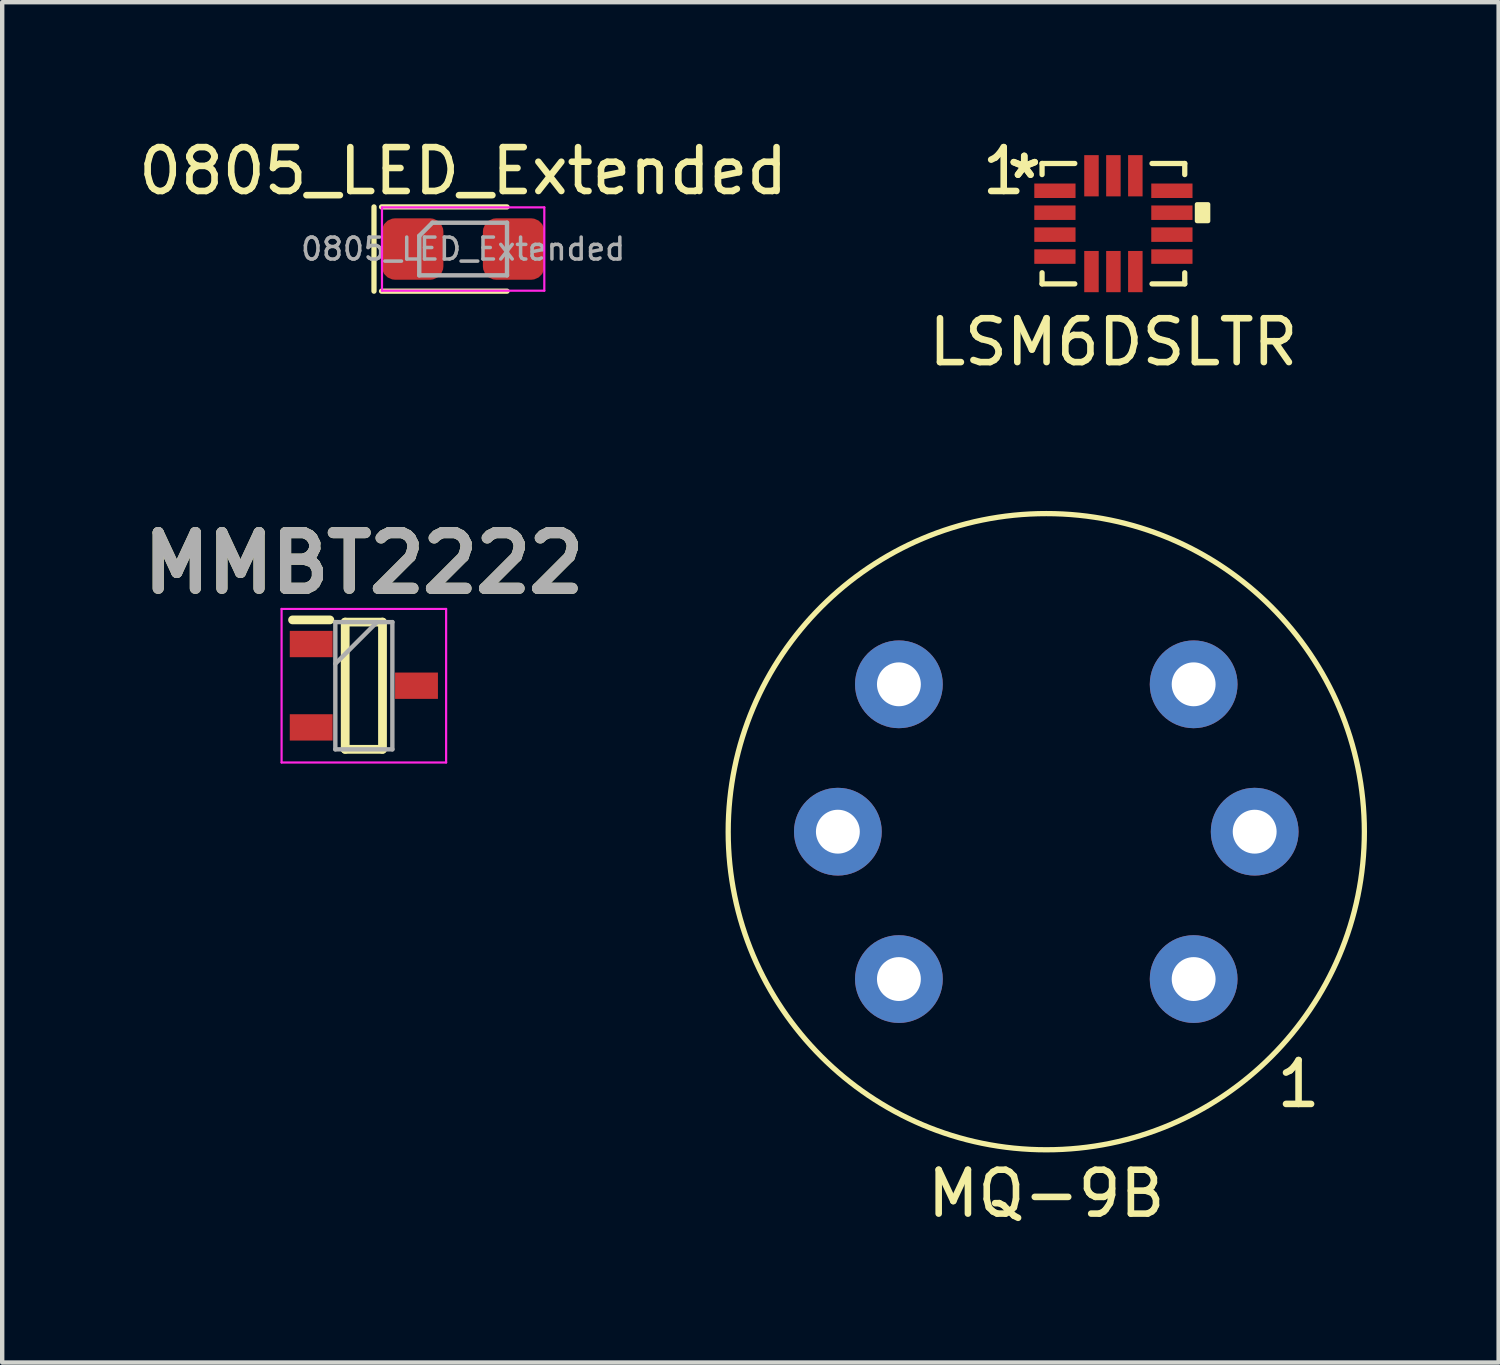
<source format=kicad_pcb>
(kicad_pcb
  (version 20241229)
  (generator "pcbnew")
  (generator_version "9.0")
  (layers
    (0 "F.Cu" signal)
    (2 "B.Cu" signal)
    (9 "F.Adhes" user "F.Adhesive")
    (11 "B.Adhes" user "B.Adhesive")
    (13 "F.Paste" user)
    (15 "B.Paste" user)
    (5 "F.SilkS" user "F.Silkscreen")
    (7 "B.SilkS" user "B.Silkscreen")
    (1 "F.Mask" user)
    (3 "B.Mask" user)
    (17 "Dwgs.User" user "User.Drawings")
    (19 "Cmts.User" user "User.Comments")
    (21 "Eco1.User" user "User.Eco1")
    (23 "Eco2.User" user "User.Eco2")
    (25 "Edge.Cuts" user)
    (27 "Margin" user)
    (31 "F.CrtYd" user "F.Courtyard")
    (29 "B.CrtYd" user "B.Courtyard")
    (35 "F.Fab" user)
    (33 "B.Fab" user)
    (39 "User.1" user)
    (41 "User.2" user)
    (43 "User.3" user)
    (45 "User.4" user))
  (footprint "MQ-9B"
    (layer "F.Cu")
    (at 20.797 15.906)
    (property "Reference" "MQ-9B" (at 0 8.25 0) (layer "F.SilkS") (effects (font (size 1 1) (thickness 0.15))))
    (attr through_hole)
    (fp_circle (center 0 0) (end 7.25 0) (stroke (width 0.12) (type solid)) (fill no) (layer "F.SilkS"))
    (fp_text user "1" (at 5.75 5.75 0) (layer "F.SilkS") (effects (font (size 1 1) (thickness 0.15))))
    (pad "1" thru_hole circle (at 3.359 3.359) (size 2 2) (drill 1) (layers "*.Cu" "*.Mask"))
    (pad "2" thru_hole circle (at 4.75 0) (size 2 2) (drill 1) (layers "*.Cu" "*.Mask"))
    (pad "3" thru_hole circle (at -3.359 3.359) (size 2 2) (drill 1) (layers "*.Cu" "*.Mask"))
    (pad "4" thru_hole circle (at -3.359 -3.359) (size 2 2) (drill 1) (layers "*.Cu" "*.Mask"))
    (pad "5" thru_hole circle (at -4.75 0) (size 2 2) (drill 1) (layers "*.Cu" "*.Mask"))
    (pad "6" thru_hole circle (at 3.359 -3.359) (size 2 2) (drill 1) (layers "*.Cu" "*.Mask")))
  (footprint "LSM6DSLTR"
    (layer "F.Cu")
    (at 22.327 2.048)
    (property "Reference" "LSM6DSLTR" (at 0 2.7 0) (layer "F.SilkS") (effects (font (size 1 1) (thickness 0.15))))
    (attr through_hole)
    (fp_line (start -1.626 -1.372) (end -1.626 -1.119) (stroke (width 0.12) (type solid)) (layer "F.SilkS"))
    (fp_line (start -1.626 1.119) (end -1.626 1.372) (stroke (width 0.12) (type solid)) (layer "F.SilkS"))
    (fp_line (start -1.626 1.372) (end -0.88 1.372) (stroke (width 0.12) (type solid)) (layer "F.SilkS"))
    (fp_line (start -0.88 -1.372) (end -1.626 -1.372) (stroke (width 0.12) (type solid)) (layer "F.SilkS"))
    (fp_line (start 0.88 1.372) (end 1.626 1.372) (stroke (width 0.12) (type solid)) (layer "F.SilkS"))
    (fp_line (start 1.626 -1.372) (end 0.88 -1.372) (stroke (width 0.12) (type solid)) (layer "F.SilkS"))
    (fp_line (start 1.626 -1.119) (end 1.626 -1.372) (stroke (width 0.12) (type solid)) (layer "F.SilkS"))
    (fp_line (start 1.626 1.372) (end 1.626 1.119) (stroke (width 0.12) (type solid)) (layer "F.SilkS"))
    (fp_poly (pts (xy 2.159 -0.441) (xy 2.159 -0.06) (xy 1.905 -0.06) (xy 1.905 -0.441)) (stroke (width 0.1) (type solid)) (fill yes) (layer "F.SilkS"))
    (fp_text user "1" (at -2.5 -1.2 0) (layer "F.SilkS") (effects (font (size 1 1) (thickness 0.15))))
    (fp_text user "*" (at -2.032 -1 0) (layer "F.SilkS") (effects (font (size 1 1) (thickness 0.15))))
    (fp_text user "*" (at -2.032 -1 0) (layer "F.SilkS") (effects (font (size 1 1) (thickness 0.15))))
    (pad "1" smd rect (at -1.333 -0.75 90) (size 0.33 0.94) (layers "F.Cu" "F.Mask" "F.Paste"))
    (pad "2" smd rect (at -1.333 -0.25 90) (size 0.33 0.94) (layers "F.Cu" "F.Mask" "F.Paste"))
    (pad "3" smd rect (at -1.333 0.25 90) (size 0.33 0.94) (layers "F.Cu" "F.Mask" "F.Paste"))
    (pad "4" smd rect (at -1.333 0.75 90) (size 0.33 0.94) (layers "F.Cu" "F.Mask" "F.Paste"))
    (pad "5" smd rect (at -0.5 1.092) (size 0.33 0.94) (layers "F.Cu" "F.Mask" "F.Paste"))
    (pad "6" smd rect (at 0 1.092) (size 0.33 0.94) (layers "F.Cu" "F.Mask" "F.Paste"))
    (pad "7" smd rect (at 0.5 1.092) (size 0.33 0.94) (layers "F.Cu" "F.Mask" "F.Paste"))
    (pad "8" smd rect (at 1.333 0.75 90) (size 0.33 0.94) (layers "F.Cu" "F.Mask" "F.Paste"))
    (pad "9" smd rect (at 1.333 0.25 90) (size 0.33 0.94) (layers "F.Cu" "F.Mask" "F.Paste"))
    (pad "10" smd rect (at 1.333 -0.25 90) (size 0.33 0.94) (layers "F.Cu" "F.Mask" "F.Paste"))
    (pad "11" smd rect (at 1.333 -0.75 90) (size 0.33 0.94) (layers "F.Cu" "F.Mask" "F.Paste"))
    (pad "12" smd rect (at 0.5 -1.092) (size 0.33 0.94) (layers "F.Cu" "F.Mask" "F.Paste"))
    (pad "13" smd rect (at 0 -1.092) (size 0.33 0.94) (layers "F.Cu" "F.Mask" "F.Paste"))
    (pad "14" smd rect (at -0.5 -1.092) (size 0.33 0.94) (layers "F.Cu" "F.Mask" "F.Paste")))
  (footprint "0805_LED_Extended"
    (layer "F.Cu")
    (at 7.506 2.499)
    (property "Reference" "0805_LED_Extended" (at 0 -1.651 0) (layer "F.SilkS") (effects (font (size 1 1) (thickness 0.15))))
    (attr through_hole)
    (fp_line (start -2.032 -0.833) (end -2.032 1.087) (stroke (width 0.12) (type solid)) (layer "F.SilkS"))
    (fp_line (start -1.86 1.087) (end 1 1.087) (stroke (width 0.12) (type solid)) (layer "F.SilkS"))
    (fp_line (start 1 -0.833) (end -1.86 -0.833) (stroke (width 0.12) (type solid)) (layer "F.SilkS"))
    (fp_line (start -1.85 -0.823) (end 1.85 -0.823) (stroke (width 0.05) (type solid)) (layer "F.CrtYd"))
    (fp_line (start -1.85 1.077) (end -1.85 -0.823) (stroke (width 0.05) (type solid)) (layer "F.CrtYd"))
    (fp_line (start 1.85 -0.823) (end 1.85 1.077) (stroke (width 0.05) (type solid)) (layer "F.CrtYd"))
    (fp_line (start 1.85 1.077) (end -1.85 1.077) (stroke (width 0.05) (type solid)) (layer "F.CrtYd"))
    (fp_line (start -1 -0.173) (end -1 0.727) (stroke (width 0.1) (type solid)) (layer "F.Fab"))
    (fp_line (start -1 0.727) (end 1 0.727) (stroke (width 0.1) (type solid)) (layer "F.Fab"))
    (fp_line (start -0.7 -0.473) (end -1 -0.173) (stroke (width 0.1) (type solid)) (layer "F.Fab"))
    (fp_line (start 1 -0.473) (end -0.7 -0.473) (stroke (width 0.1) (type solid)) (layer "F.Fab"))
    (fp_line (start 1 0.727) (end 1 -0.473) (stroke (width 0.1) (type solid)) (layer "F.Fab"))
    (fp_text user "${REFERENCE}" (at 0 0.127 0) (layer "F.Fab") (effects (font (size 0.5 0.5) (thickness 0.08))))
    (pad "1" smd roundrect (at -1.152 0.127) (size 1.404 1.4) (layers "F.Cu" "F.Mask" "F.Paste") (roundrect_rratio 0.217))
    (pad "2" smd roundrect (at 1.152 0.127) (size 1.404 1.4) (layers "F.Cu" "F.Mask" "F.Paste") (roundrect_rratio 0.217)))
  (footprint "MMBT2222"
    (layer "F.Cu")
    (at 5.243 12.579)
    (property "Reference" "MMBT2222" (at 0 -2.794 0) (layer "F.SilkS") (effects (font (size 1.27 1.27) (thickness 0.254))))
    (attr smd)
    (fp_line (start -1.625 -1.5) (end -0.775 -1.5) (stroke (width 0.2) (type solid)) (layer "F.SilkS"))
    (fp_line (start -0.425 -1.45) (end 0.425 -1.45) (stroke (width 0.2) (type solid)) (layer "F.SilkS"))
    (fp_line (start -0.425 1.45) (end -0.425 -1.45) (stroke (width 0.2) (type solid)) (layer "F.SilkS"))
    (fp_line (start 0.425 -1.45) (end 0.425 1.45) (stroke (width 0.2) (type solid)) (layer "F.SilkS"))
    (fp_line (start 0.425 1.45) (end -0.425 1.45) (stroke (width 0.2) (type solid)) (layer "F.SilkS"))
    (fp_line (start -1.875 -1.75) (end 1.875 -1.75) (stroke (width 0.05) (type solid)) (layer "F.CrtYd"))
    (fp_line (start -1.875 1.75) (end -1.875 -1.75) (stroke (width 0.05) (type solid)) (layer "F.CrtYd"))
    (fp_line (start 1.875 -1.75) (end 1.875 1.75) (stroke (width 0.05) (type solid)) (layer "F.CrtYd"))
    (fp_line (start 1.875 1.75) (end -1.875 1.75) (stroke (width 0.05) (type solid)) (layer "F.CrtYd"))
    (fp_line (start -0.65 -1.45) (end 0.65 -1.45) (stroke (width 0.1) (type solid)) (layer "F.Fab"))
    (fp_line (start -0.65 -0.5) (end 0.3 -1.45) (stroke (width 0.1) (type solid)) (layer "F.Fab"))
    (fp_line (start -0.65 1.45) (end -0.65 -1.45) (stroke (width 0.1) (type solid)) (layer "F.Fab"))
    (fp_line (start 0.65 -1.45) (end 0.65 1.45) (stroke (width 0.1) (type solid)) (layer "F.Fab"))
    (fp_line (start 0.65 1.45) (end -0.65 1.45) (stroke (width 0.1) (type solid)) (layer "F.Fab"))
    (fp_text user "${REFERENCE}" (at 0 -2.794 0) (layer "F.Fab") (effects (font (size 1.27 1.27) (thickness 0.254))))
    (pad "1" smd rect (at -1.2 -0.95 90) (size 0.6 0.977) (layers "F.Cu" "F.Mask" "F.Paste"))
    (pad "2" smd rect (at -1.2 0.95 90) (size 0.6 0.977) (layers "F.Cu" "F.Mask" "F.Paste"))
    (pad "3" smd rect (at 1.2 0 90) (size 0.6 0.977) (layers "F.Cu" "F.Mask" "F.Paste")))
  (gr_rect
    (start -3 -3)
    (end 31.107 28.005)
    (stroke (width 0.1) (type default))
    (fill no)
    (layer "Edge.Cuts")))
</source>
